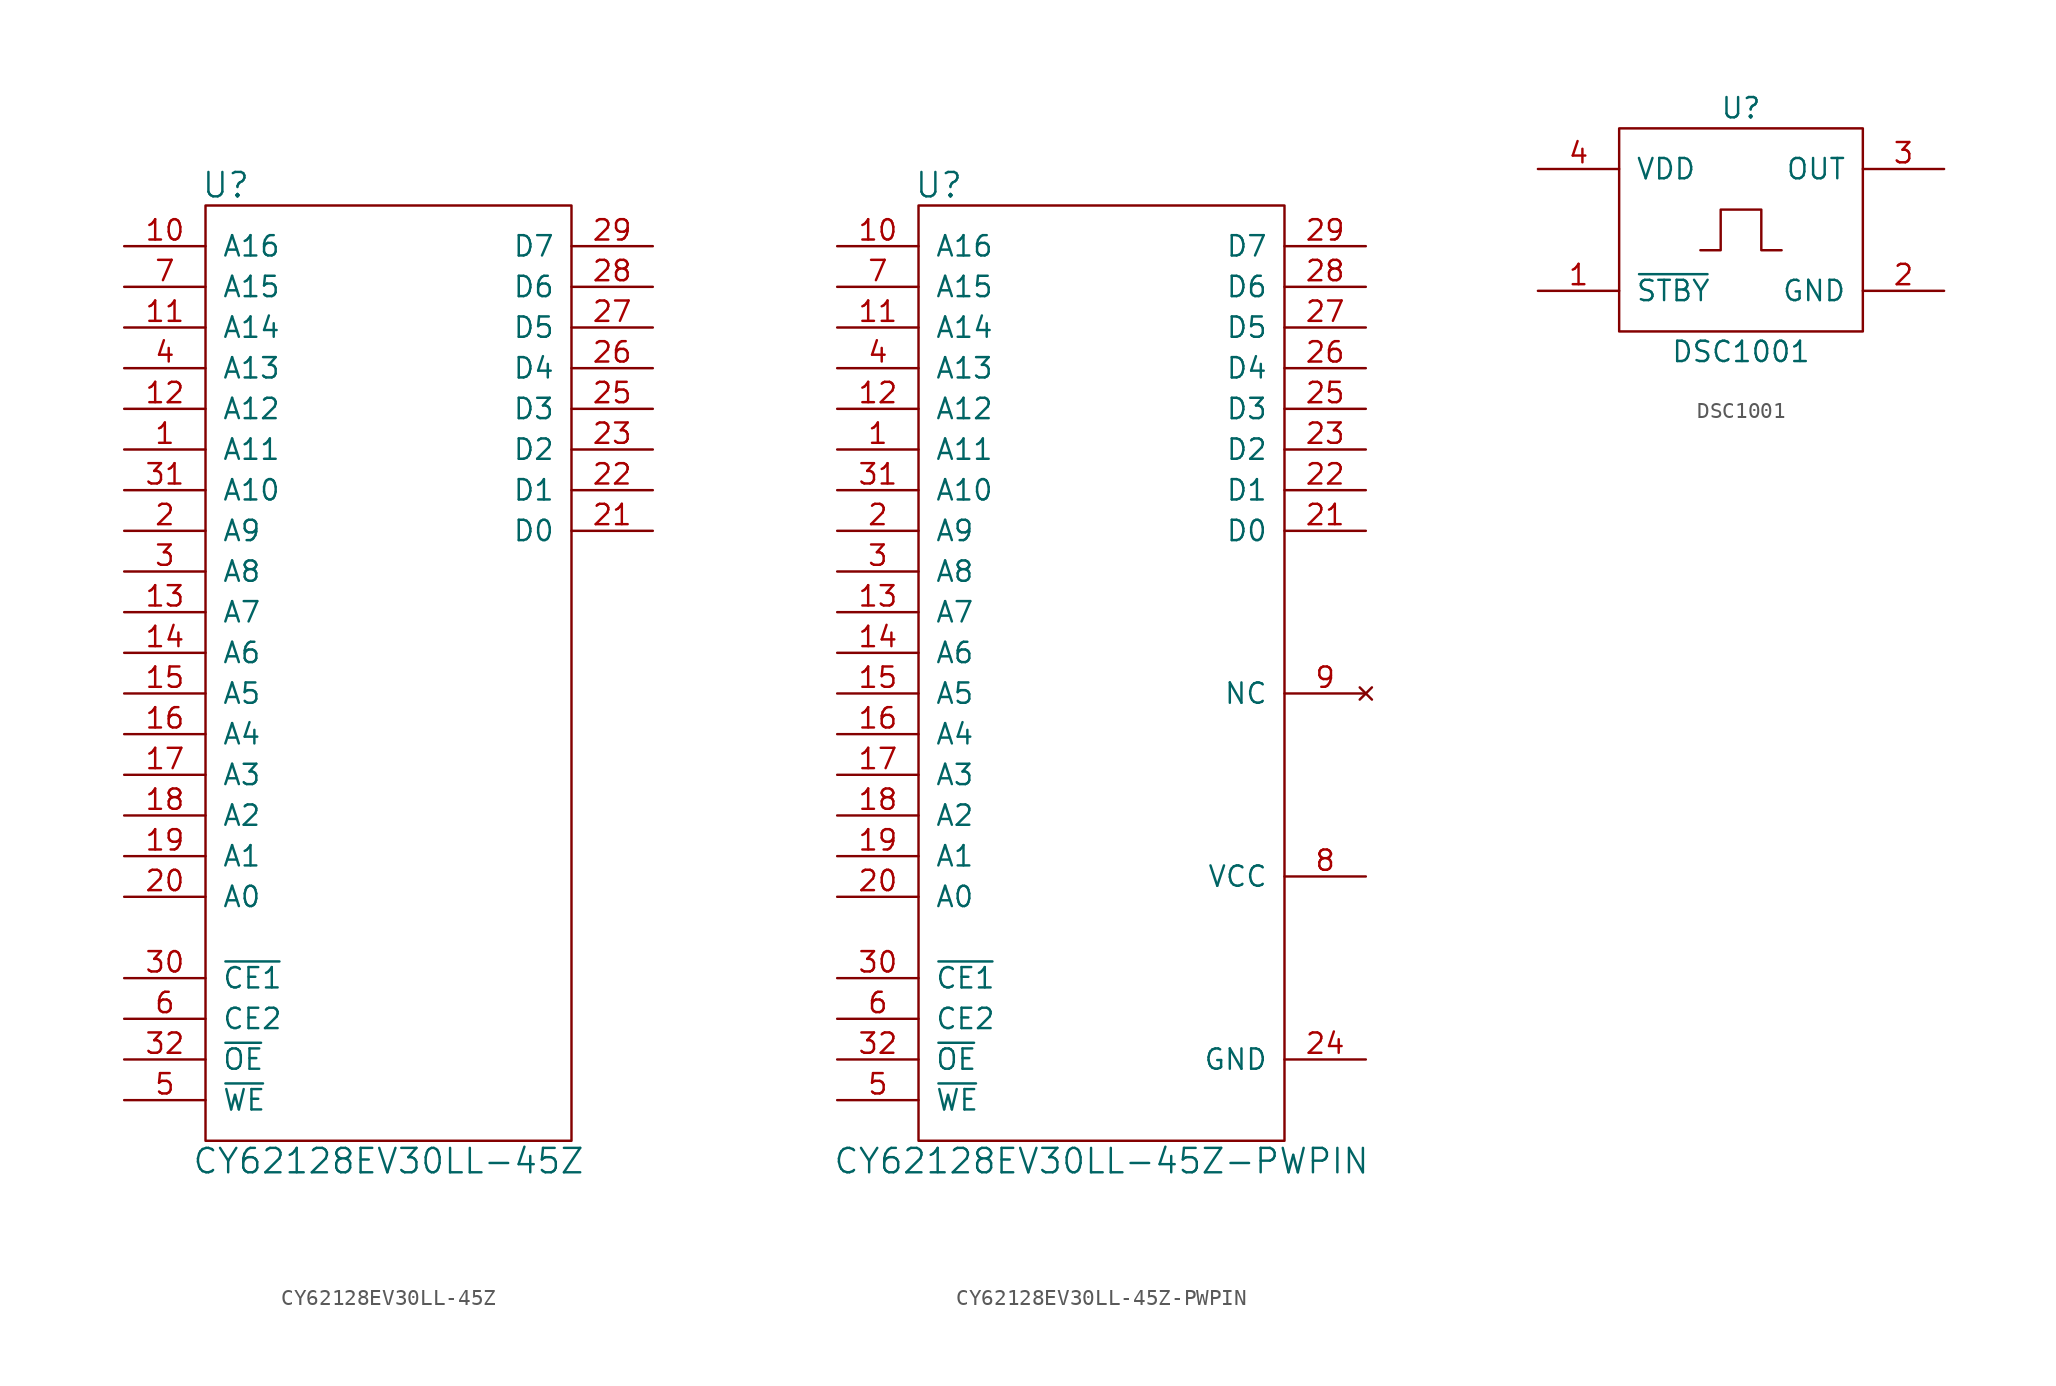
<source format=kicad_sym>
(kicad_symbol_lib
  (version 20241209)
  (generator "kicad_symbol_editor")
  (generator_version "9.0")
  (symbol "CY62128EV30LL-45Z"
    (pin_names
      (offset 1.016))
    (property "Reference" "U"
      (at -10.16 30.48 0)
      (effects (font (size 1.524 1.524))))
    (property "Value" "CY62128EV30LL-45Z"
      (at 0 -30.48 0)
      (effects (font (size 1.524 1.524))))
    (property "Footprint" ""
      (at 0 1.27 0)
      (effects (font (size 1.524 1.524))))
    (property "Datasheet" ""
      (at 0 1.27 0)
      (effects (font (size 1.524 1.524))))
    (symbol "CY62128EV30LL-45Z_0_1"
      (rectangle (start -11.43 29.21) (end 11.43 -29.21) (stroke (width 0) (type default)) (fill (type none))))
    (symbol "CY62128EV30LL-45Z_1_1"
      (pin input line (at -16.51 26.67 0) (length 5.08) (name "A16" (effects (font (size 1.27 1.27)))) (number "10" (effects (font (size 1.27 1.27)))))
      (pin input line (at -16.51 24.13 0) (length 5.08) (name "A15" (effects (font (size 1.27 1.27)))) (number "7" (effects (font (size 1.27 1.27)))))
      (pin input line (at -16.51 21.59 0) (length 5.08) (name "A14" (effects (font (size 1.27 1.27)))) (number "11" (effects (font (size 1.27 1.27)))))
      (pin input line (at -16.51 19.05 0) (length 5.08) (name "A13" (effects (font (size 1.27 1.27)))) (number "4" (effects (font (size 1.27 1.27)))))
      (pin input line (at -16.51 16.51 0) (length 5.08) (name "A12" (effects (font (size 1.27 1.27)))) (number "12" (effects (font (size 1.27 1.27)))))
      (pin input line (at -16.51 13.97 0) (length 5.08) (name "A11" (effects (font (size 1.27 1.27)))) (number "1" (effects (font (size 1.27 1.27)))))
      (pin input line (at -16.51 11.43 0) (length 5.08) (name "A10" (effects (font (size 1.27 1.27)))) (number "31" (effects (font (size 1.27 1.27)))))
      (pin input line (at -16.51 8.89 0) (length 5.08) (name "A9" (effects (font (size 1.27 1.27)))) (number "2" (effects (font (size 1.27 1.27)))))
      (pin input line (at -16.51 6.35 0) (length 5.08) (name "A8" (effects (font (size 1.27 1.27)))) (number "3" (effects (font (size 1.27 1.27)))))
      (pin input line (at -16.51 3.81 0) (length 5.08) (name "A7" (effects (font (size 1.27 1.27)))) (number "13" (effects (font (size 1.27 1.27)))))
      (pin input line (at -16.51 1.27 0) (length 5.08) (name "A6" (effects (font (size 1.27 1.27)))) (number "14" (effects (font (size 1.27 1.27)))))
      (pin input line (at -16.51 -1.27 0) (length 5.08) (name "A5" (effects (font (size 1.27 1.27)))) (number "15" (effects (font (size 1.27 1.27)))))
      (pin input line (at -16.51 -3.81 0) (length 5.08) (name "A4" (effects (font (size 1.27 1.27)))) (number "16" (effects (font (size 1.27 1.27)))))
      (pin input line (at -16.51 -6.35 0) (length 5.08) (name "A3" (effects (font (size 1.27 1.27)))) (number "17" (effects (font (size 1.27 1.27)))))
      (pin input line (at -16.51 -8.89 0) (length 5.08) (name "A2" (effects (font (size 1.27 1.27)))) (number "18" (effects (font (size 1.27 1.27)))))
      (pin input line (at -16.51 -11.43 0) (length 5.08) (name "A1" (effects (font (size 1.27 1.27)))) (number "19" (effects (font (size 1.27 1.27)))))
      (pin input line (at -16.51 -13.97 0) (length 5.08) (name "A0" (effects (font (size 1.27 1.27)))) (number "20" (effects (font (size 1.27 1.27)))))
      (pin input line (at -16.51 -19.05 0) (length 5.08) (name "~{CE1}" (effects (font (size 1.27 1.27)))) (number "30" (effects (font (size 1.27 1.27)))))
      (pin input line (at -16.51 -21.59 0) (length 5.08) (name "CE2" (effects (font (size 1.27 1.27)))) (number "6" (effects (font (size 1.27 1.27)))))
      (pin input line (at -16.51 -24.13 0) (length 5.08) (name "~{OE}" (effects (font (size 1.27 1.27)))) (number "32" (effects (font (size 1.27 1.27)))))
      (pin input line (at -16.51 -26.67 0) (length 5.08) (name "~{WE}" (effects (font (size 1.27 1.27)))) (number "5" (effects (font (size 1.27 1.27)))))
      (pin tri_state line (at 16.51 26.67 180) (length 5.08) (name "D7" (effects (font (size 1.27 1.27)))) (number "29" (effects (font (size 1.27 1.27)))))
      (pin tri_state line (at 16.51 24.13 180) (length 5.08) (name "D6" (effects (font (size 1.27 1.27)))) (number "28" (effects (font (size 1.27 1.27)))))
      (pin tri_state line (at 16.51 21.59 180) (length 5.08) (name "D5" (effects (font (size 1.27 1.27)))) (number "27" (effects (font (size 1.27 1.27)))))
      (pin tri_state line (at 16.51 19.05 180) (length 5.08) (name "D4" (effects (font (size 1.27 1.27)))) (number "26" (effects (font (size 1.27 1.27)))))
      (pin tri_state line (at 16.51 16.51 180) (length 5.08) (name "D3" (effects (font (size 1.27 1.27)))) (number "25" (effects (font (size 1.27 1.27)))))
      (pin tri_state line (at 16.51 13.97 180) (length 5.08) (name "D2" (effects (font (size 1.27 1.27)))) (number "23" (effects (font (size 1.27 1.27)))))
      (pin tri_state line (at 16.51 11.43 180) (length 5.08) (name "D1" (effects (font (size 1.27 1.27)))) (number "22" (effects (font (size 1.27 1.27)))))
      (pin tri_state line (at 16.51 8.89 180) (length 5.08) (name "D0" (effects (font (size 1.27 1.27)))) (number "21" (effects (font (size 1.27 1.27)))))
      (pin no_connect line (at 16.51 -1.27 180) (length 5.08) (hide yes) (name "NC" (effects (font (size 1.27 1.27)))) (number "9" (effects (font (size 1.27 1.27)))))
      (pin power_in line (at 16.51 -8.89 180) (length 5.08) (hide yes) (name "VCC" (effects (font (size 1.27 1.27)))) (number "8" (effects (font (size 1.27 1.27)))))
      (pin power_in line (at 16.51 -13.97 180) (length 5.08) (hide yes) (name "GND" (effects (font (size 1.27 1.27)))) (number "24" (effects (font (size 1.27 1.27)))))))
  (symbol "CY62128EV30LL-45Z-PWPIN"
    (pin_names
      (offset 1.016))
    (property "Reference" "U"
      (at -10.16 30.48 0)
      (effects (font (size 1.524 1.524))))
    (property "Value" "CY62128EV30LL-45Z-PWPIN"
      (at 0 -30.48 0)
      (effects (font (size 1.524 1.524))))
    (property "Footprint" ""
      (at 0 1.27 0)
      (effects (font (size 1.524 1.524))))
    (property "Datasheet" ""
      (at 0 1.27 0)
      (effects (font (size 1.524 1.524))))
    (symbol "CY62128EV30LL-45Z-PWPIN_0_1"
      (rectangle (start -11.43 29.21) (end 11.43 -29.21) (stroke (width 0) (type default)) (fill (type none))))
    (symbol "CY62128EV30LL-45Z-PWPIN_1_1"
      (pin input line (at -16.51 26.67 0) (length 5.08) (name "A16" (effects (font (size 1.27 1.27)))) (number "10" (effects (font (size 1.27 1.27)))))
      (pin input line (at -16.51 24.13 0) (length 5.08) (name "A15" (effects (font (size 1.27 1.27)))) (number "7" (effects (font (size 1.27 1.27)))))
      (pin input line (at -16.51 21.59 0) (length 5.08) (name "A14" (effects (font (size 1.27 1.27)))) (number "11" (effects (font (size 1.27 1.27)))))
      (pin input line (at -16.51 19.05 0) (length 5.08) (name "A13" (effects (font (size 1.27 1.27)))) (number "4" (effects (font (size 1.27 1.27)))))
      (pin input line (at -16.51 16.51 0) (length 5.08) (name "A12" (effects (font (size 1.27 1.27)))) (number "12" (effects (font (size 1.27 1.27)))))
      (pin input line (at -16.51 13.97 0) (length 5.08) (name "A11" (effects (font (size 1.27 1.27)))) (number "1" (effects (font (size 1.27 1.27)))))
      (pin input line (at -16.51 11.43 0) (length 5.08) (name "A10" (effects (font (size 1.27 1.27)))) (number "31" (effects (font (size 1.27 1.27)))))
      (pin input line (at -16.51 8.89 0) (length 5.08) (name "A9" (effects (font (size 1.27 1.27)))) (number "2" (effects (font (size 1.27 1.27)))))
      (pin input line (at -16.51 6.35 0) (length 5.08) (name "A8" (effects (font (size 1.27 1.27)))) (number "3" (effects (font (size 1.27 1.27)))))
      (pin input line (at -16.51 3.81 0) (length 5.08) (name "A7" (effects (font (size 1.27 1.27)))) (number "13" (effects (font (size 1.27 1.27)))))
      (pin input line (at -16.51 1.27 0) (length 5.08) (name "A6" (effects (font (size 1.27 1.27)))) (number "14" (effects (font (size 1.27 1.27)))))
      (pin input line (at -16.51 -1.27 0) (length 5.08) (name "A5" (effects (font (size 1.27 1.27)))) (number "15" (effects (font (size 1.27 1.27)))))
      (pin input line (at -16.51 -3.81 0) (length 5.08) (name "A4" (effects (font (size 1.27 1.27)))) (number "16" (effects (font (size 1.27 1.27)))))
      (pin input line (at -16.51 -6.35 0) (length 5.08) (name "A3" (effects (font (size 1.27 1.27)))) (number "17" (effects (font (size 1.27 1.27)))))
      (pin input line (at -16.51 -8.89 0) (length 5.08) (name "A2" (effects (font (size 1.27 1.27)))) (number "18" (effects (font (size 1.27 1.27)))))
      (pin input line (at -16.51 -11.43 0) (length 5.08) (name "A1" (effects (font (size 1.27 1.27)))) (number "19" (effects (font (size 1.27 1.27)))))
      (pin input line (at -16.51 -13.97 0) (length 5.08) (name "A0" (effects (font (size 1.27 1.27)))) (number "20" (effects (font (size 1.27 1.27)))))
      (pin input line (at -16.51 -19.05 0) (length 5.08) (name "~{CE1}" (effects (font (size 1.27 1.27)))) (number "30" (effects (font (size 1.27 1.27)))))
      (pin input line (at -16.51 -21.59 0) (length 5.08) (name "CE2" (effects (font (size 1.27 1.27)))) (number "6" (effects (font (size 1.27 1.27)))))
      (pin input line (at -16.51 -24.13 0) (length 5.08) (name "~{OE}" (effects (font (size 1.27 1.27)))) (number "32" (effects (font (size 1.27 1.27)))))
      (pin input line (at -16.51 -26.67 0) (length 5.08) (name "~{WE}" (effects (font (size 1.27 1.27)))) (number "5" (effects (font (size 1.27 1.27)))))
      (pin tri_state line (at 16.51 26.67 180) (length 5.08) (name "D7" (effects (font (size 1.27 1.27)))) (number "29" (effects (font (size 1.27 1.27)))))
      (pin tri_state line (at 16.51 24.13 180) (length 5.08) (name "D6" (effects (font (size 1.27 1.27)))) (number "28" (effects (font (size 1.27 1.27)))))
      (pin tri_state line (at 16.51 21.59 180) (length 5.08) (name "D5" (effects (font (size 1.27 1.27)))) (number "27" (effects (font (size 1.27 1.27)))))
      (pin tri_state line (at 16.51 19.05 180) (length 5.08) (name "D4" (effects (font (size 1.27 1.27)))) (number "26" (effects (font (size 1.27 1.27)))))
      (pin tri_state line (at 16.51 16.51 180) (length 5.08) (name "D3" (effects (font (size 1.27 1.27)))) (number "25" (effects (font (size 1.27 1.27)))))
      (pin tri_state line (at 16.51 13.97 180) (length 5.08) (name "D2" (effects (font (size 1.27 1.27)))) (number "23" (effects (font (size 1.27 1.27)))))
      (pin tri_state line (at 16.51 11.43 180) (length 5.08) (name "D1" (effects (font (size 1.27 1.27)))) (number "22" (effects (font (size 1.27 1.27)))))
      (pin tri_state line (at 16.51 8.89 180) (length 5.08) (name "D0" (effects (font (size 1.27 1.27)))) (number "21" (effects (font (size 1.27 1.27)))))
      (pin no_connect line (at 16.51 -1.27 180) (length 5.08) (name "NC" (effects (font (size 1.27 1.27)))) (number "9" (effects (font (size 1.27 1.27)))))
      (pin power_in line (at 16.51 -12.7 180) (length 5.08) (name "VCC" (effects (font (size 1.27 1.27)))) (number "8" (effects (font (size 1.27 1.27)))))
      (pin power_in line (at 16.51 -24.13 180) (length 5.08) (name "GND" (effects (font (size 1.27 1.27)))) (number "24" (effects (font (size 1.27 1.27)))))))
  (symbol "DSC1001"
    (pin_names
      (offset 1.016))
    (property "Reference" "U"
      (at 0 7.62 0)
      (effects (font (size 1.27 1.27))))
    (property "Value" "DSC1001"
      (at 0 -7.62 0)
      (effects (font (size 1.27 1.27))))
    (property "Footprint" ""
      (at 0 0 0)
      (effects (font (size 1.27 1.27))))
    (property "Datasheet" ""
      (at 0 0 0)
      (effects (font (size 1.27 1.27))))
    (symbol "DSC1001_0_1"
      (rectangle (start -7.62 -6.35) (end 7.62 6.35) (stroke (width 0) (type default)) (fill (type none)))
      (polyline (pts (xy -2.54 -1.27) (xy -1.27 -1.27) (xy -1.27 1.27) (xy 1.27 1.27) (xy 1.27 -1.27) (xy 2.54 -1.27)) (stroke (width 0) (type default)) (fill (type none))))
    (symbol "DSC1001_1_1"
      (pin power_in line (at -12.7 3.81 0) (length 5.08) (name "VDD" (effects (font (size 1.27 1.27)))) (number "4" (effects (font (size 1.27 1.27)))))
      (pin input line (at -12.7 -3.81 0) (length 5.08) (name "~{STBY}" (effects (font (size 1.27 1.27)))) (number "1" (effects (font (size 1.27 1.27)))))
      (pin output line (at 12.7 3.81 180) (length 5.08) (name "OUT" (effects (font (size 1.27 1.27)))) (number "3" (effects (font (size 1.27 1.27)))))
      (pin power_in line (at 12.7 -3.81 180) (length 5.08) (name "GND" (effects (font (size 1.27 1.27)))) (number "2" (effects (font (size 1.27 1.27))))))))
</source>
